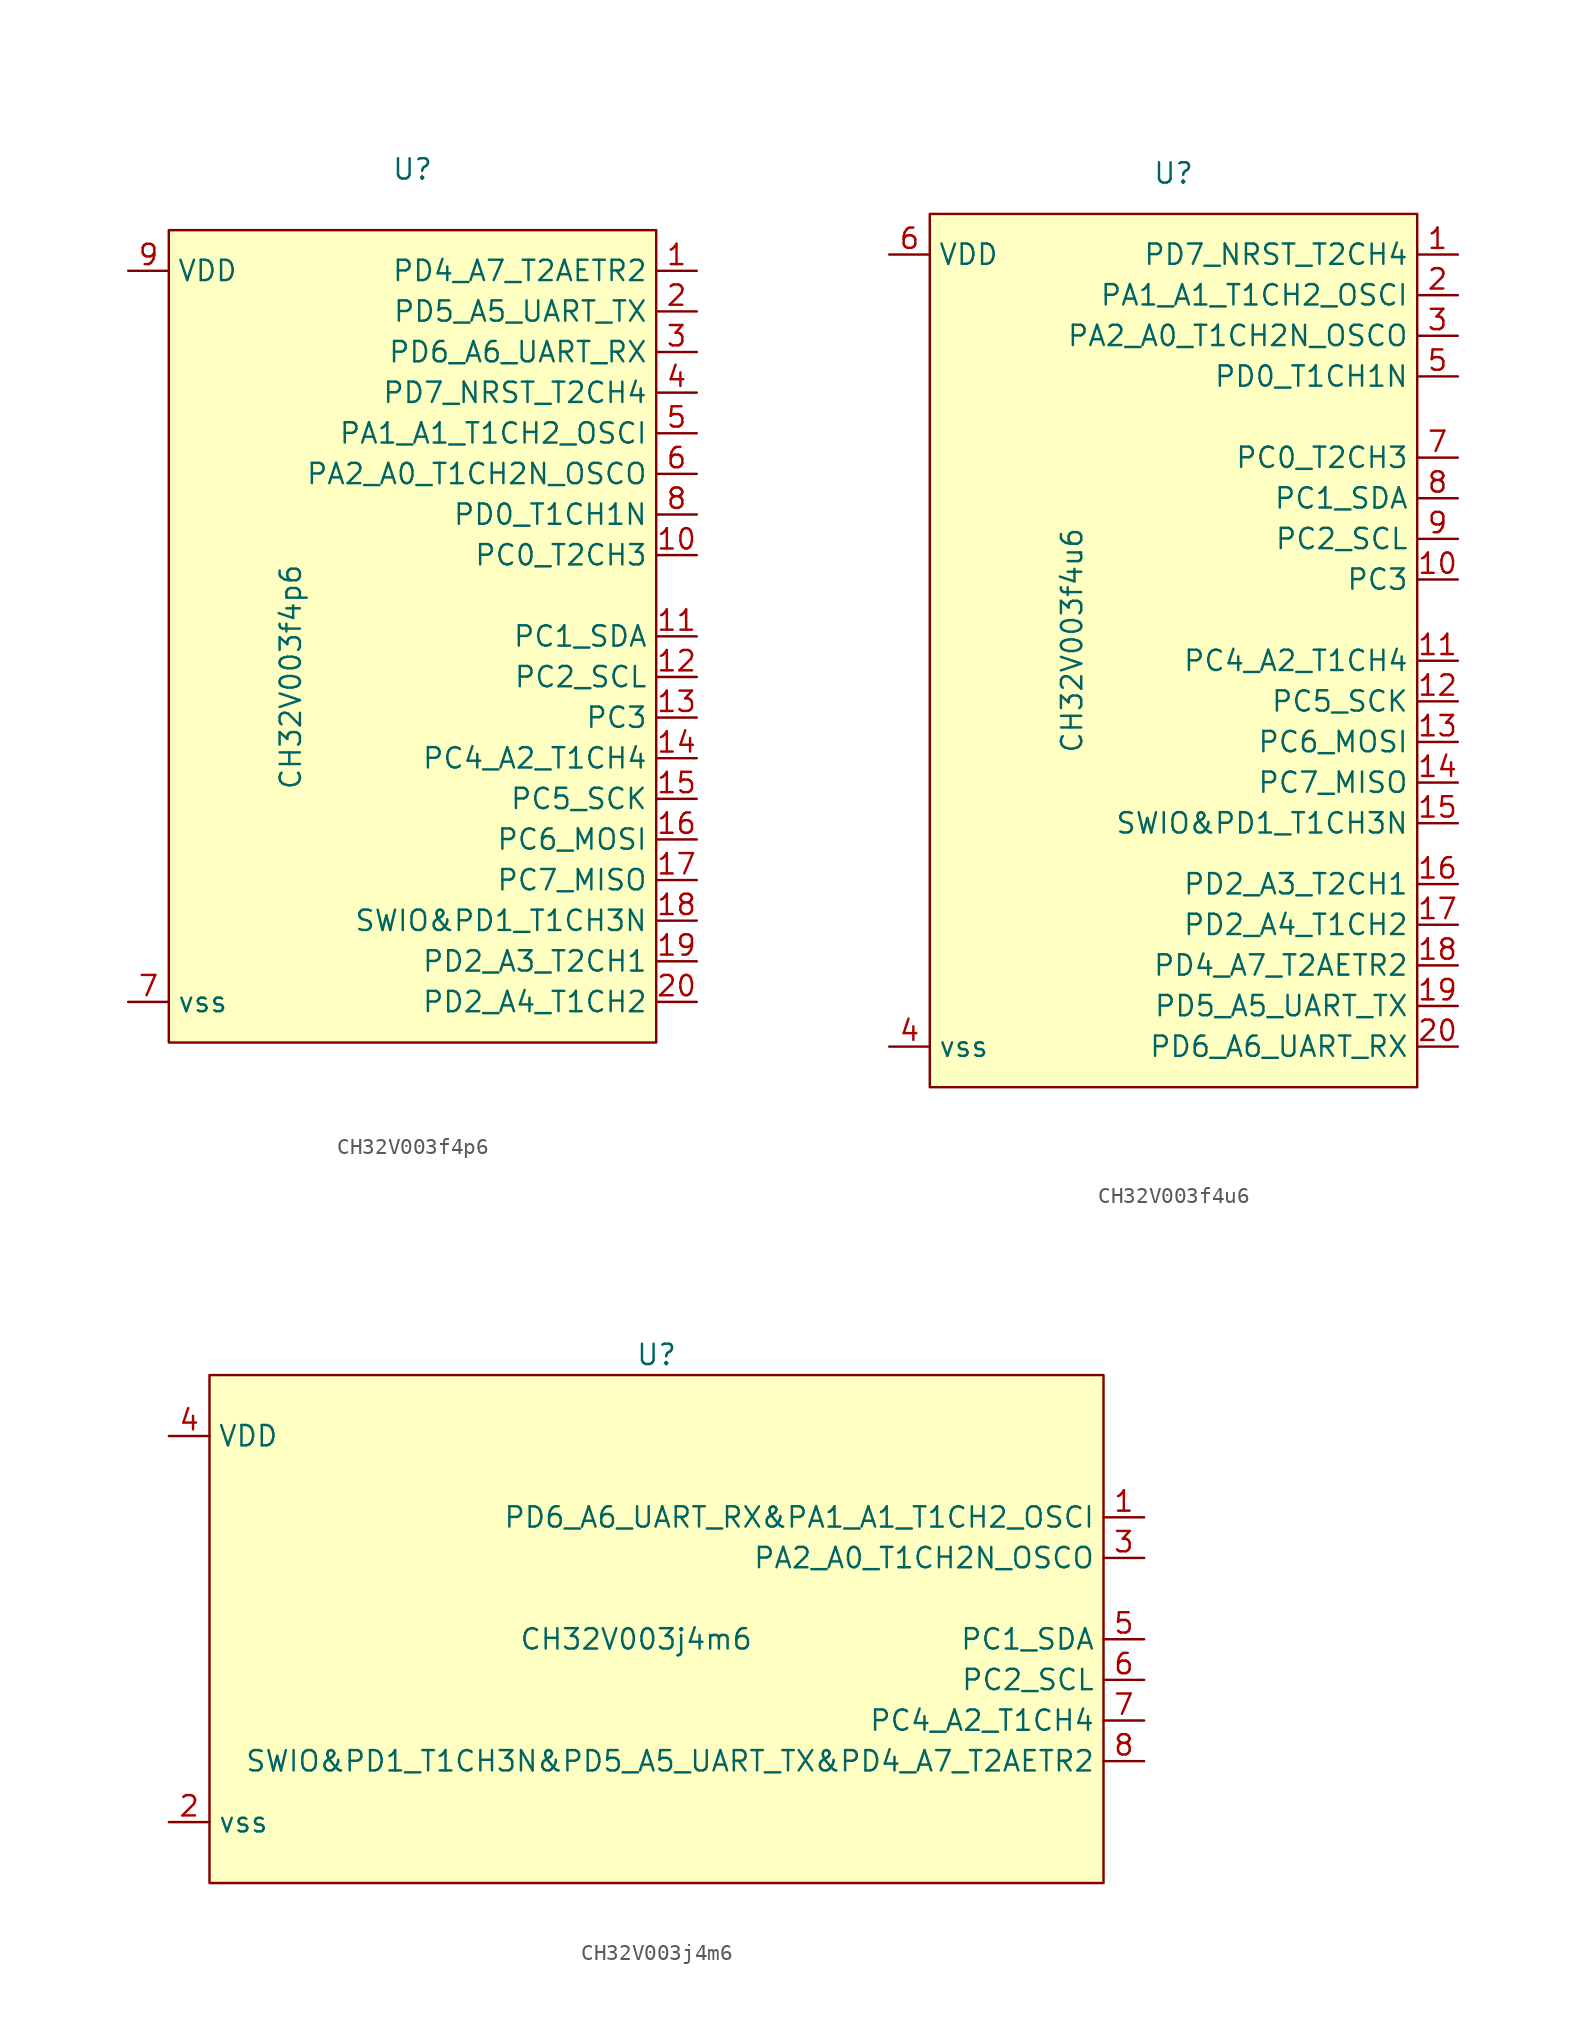
<source format=kicad_sym>
(kicad_symbol_lib
  (version 20220914)
  (generator kicad_symbol_editor)
  (symbol "CH32V003f4p6"
    (property "Reference" "U"
      (at 0 31.75 0)
      (effects (font (size 1.27 1.27))))
    (property "Value" "CH32V003f4p6"
      (at -7.62 0 90)
      (effects (font (size 1.27 1.27))))
    (symbol "CH32V003f4p6_1_1"
      (rectangle (start -15.24 27.94) (end 15.24 -22.86) (stroke (width 0) (type default)) (fill (type background)))
      (pin bidirectional line (at 17.78 25.4 180) (length 2.54) (name "PD4_A7_T2AETR2" (effects (font (size 1.27 1.27)))) (number "1" (effects (font (size 1.27 1.27)))))
      (pin bidirectional line (at 17.78 7.62 180) (length 2.54) (name "PC0_T2CH3" (effects (font (size 1.27 1.27)))) (number "10" (effects (font (size 1.27 1.27)))))
      (pin bidirectional line (at 17.78 2.54 180) (length 2.54) (name "PC1_SDA" (effects (font (size 1.27 1.27)))) (number "11" (effects (font (size 1.27 1.27)))))
      (pin bidirectional line (at 17.78 0 180) (length 2.54) (name "PC2_SCL" (effects (font (size 1.27 1.27)))) (number "12" (effects (font (size 1.27 1.27)))))
      (pin bidirectional line (at 17.78 -2.54 180) (length 2.54) (name "PC3" (effects (font (size 1.27 1.27)))) (number "13" (effects (font (size 1.27 1.27)))))
      (pin bidirectional line (at 17.78 -5.08 180) (length 2.54) (name "PC4_A2_T1CH4" (effects (font (size 1.27 1.27)))) (number "14" (effects (font (size 1.27 1.27)))))
      (pin bidirectional line (at 17.78 -7.62 180) (length 2.54) (name "PC5_SCK" (effects (font (size 1.27 1.27)))) (number "15" (effects (font (size 1.27 1.27)))))
      (pin bidirectional line (at 17.78 -10.16 180) (length 2.54) (name "PC6_MOSI" (effects (font (size 1.27 1.27)))) (number "16" (effects (font (size 1.27 1.27)))))
      (pin bidirectional line (at 17.78 -12.7 180) (length 2.54) (name "PC7_MISO" (effects (font (size 1.27 1.27)))) (number "17" (effects (font (size 1.27 1.27)))))
      (pin bidirectional line (at 17.78 -15.24 180) (length 2.54) (name "SWIO&PD1_T1CH3N" (effects (font (size 1.27 1.27)))) (number "18" (effects (font (size 1.27 1.27)))))
      (pin bidirectional line (at 17.78 -17.78 180) (length 2.54) (name "PD2_A3_T2CH1" (effects (font (size 1.27 1.27)))) (number "19" (effects (font (size 1.27 1.27)))))
      (pin bidirectional line (at 17.78 22.86 180) (length 2.54) (name "PD5_A5_UART_TX" (effects (font (size 1.27 1.27)))) (number "2" (effects (font (size 1.27 1.27)))))
      (pin bidirectional line (at 17.78 -20.32 180) (length 2.54) (name "PD2_A4_T1CH2" (effects (font (size 1.27 1.27)))) (number "20" (effects (font (size 1.27 1.27)))))
      (pin bidirectional line (at 17.78 20.32 180) (length 2.54) (name "PD6_A6_UART_RX" (effects (font (size 1.27 1.27)))) (number "3" (effects (font (size 1.27 1.27)))))
      (pin bidirectional line (at 17.78 17.78 180) (length 2.54) (name "PD7_NRST_T2CH4" (effects (font (size 1.27 1.27)))) (number "4" (effects (font (size 1.27 1.27)))))
      (pin bidirectional line (at 17.78 15.24 180) (length 2.54) (name "PA1_A1_T1CH2_OSCI" (effects (font (size 1.27 1.27)))) (number "5" (effects (font (size 1.27 1.27)))))
      (pin bidirectional line (at 17.78 12.7 180) (length 2.54) (name "PA2_A0_T1CH2N_OSCO" (effects (font (size 1.27 1.27)))) (number "6" (effects (font (size 1.27 1.27)))))
      (pin power_in line (at -17.78 -20.32 0) (length 2.54) (name "vss" (effects (font (size 1.27 1.27)))) (number "7" (effects (font (size 1.27 1.27)))))
      (pin bidirectional line (at 17.78 10.16 180) (length 2.54) (name "PD0_T1CH1N" (effects (font (size 1.27 1.27)))) (number "8" (effects (font (size 1.27 1.27)))))
      (pin power_in line (at -17.78 25.4 0) (length 2.54) (name "VDD" (effects (font (size 1.27 1.27)))) (number "9" (effects (font (size 1.27 1.27)))))))
  (symbol "CH32V003f4u6"
    (property "Reference" "U"
      (at 0 30.48 0)
      (effects (font (size 1.27 1.27))))
    (property "Value" "CH32V003f4u6"
      (at -6.35 1.27 90)
      (effects (font (size 1.27 1.27))))
    (symbol "CH32V003f4u6_1_1"
      (rectangle (start -15.24 27.94) (end 15.24 -26.67) (stroke (width 0) (type default)) (fill (type background)))
      (pin bidirectional line (at 17.78 25.4 180) (length 2.54) (name "PD7_NRST_T2CH4" (effects (font (size 1.27 1.27)))) (number "1" (effects (font (size 1.27 1.27)))))
      (pin bidirectional line (at 17.78 5.08 180) (length 2.54) (name "PC3" (effects (font (size 1.27 1.27)))) (number "10" (effects (font (size 1.27 1.27)))))
      (pin bidirectional line (at 17.78 0 180) (length 2.54) (name "PC4_A2_T1CH4" (effects (font (size 1.27 1.27)))) (number "11" (effects (font (size 1.27 1.27)))))
      (pin bidirectional line (at 17.78 -2.54 180) (length 2.54) (name "PC5_SCK" (effects (font (size 1.27 1.27)))) (number "12" (effects (font (size 1.27 1.27)))))
      (pin bidirectional line (at 17.78 -5.08 180) (length 2.54) (name "PC6_MOSI" (effects (font (size 1.27 1.27)))) (number "13" (effects (font (size 1.27 1.27)))))
      (pin bidirectional line (at 17.78 -7.62 180) (length 2.54) (name "PC7_MISO" (effects (font (size 1.27 1.27)))) (number "14" (effects (font (size 1.27 1.27)))))
      (pin bidirectional line (at 17.78 -10.16 180) (length 2.54) (name "SWIO&PD1_T1CH3N" (effects (font (size 1.27 1.27)))) (number "15" (effects (font (size 1.27 1.27)))))
      (pin bidirectional line (at 17.78 -13.97 180) (length 2.54) (name "PD2_A3_T2CH1" (effects (font (size 1.27 1.27)))) (number "16" (effects (font (size 1.27 1.27)))))
      (pin bidirectional line (at 17.78 -16.51 180) (length 2.54) (name "PD2_A4_T1CH2" (effects (font (size 1.27 1.27)))) (number "17" (effects (font (size 1.27 1.27)))))
      (pin bidirectional line (at 17.78 -19.05 180) (length 2.54) (name "PD4_A7_T2AETR2" (effects (font (size 1.27 1.27)))) (number "18" (effects (font (size 1.27 1.27)))))
      (pin bidirectional line (at 17.78 -21.59 180) (length 2.54) (name "PD5_A5_UART_TX" (effects (font (size 1.27 1.27)))) (number "19" (effects (font (size 1.27 1.27)))))
      (pin bidirectional line (at 17.78 22.86 180) (length 2.54) (name "PA1_A1_T1CH2_OSCI" (effects (font (size 1.27 1.27)))) (number "2" (effects (font (size 1.27 1.27)))))
      (pin bidirectional line (at 17.78 -24.13 180) (length 2.54) (name "PD6_A6_UART_RX" (effects (font (size 1.27 1.27)))) (number "20" (effects (font (size 1.27 1.27)))))
      (pin bidirectional line (at 17.78 20.32 180) (length 2.54) (name "PA2_A0_T1CH2N_OSCO" (effects (font (size 1.27 1.27)))) (number "3" (effects (font (size 1.27 1.27)))))
      (pin power_in line (at -17.78 -24.13 0) (length 2.54) (name "vss" (effects (font (size 1.27 1.27)))) (number "4" (effects (font (size 1.27 1.27)))))
      (pin bidirectional line (at 17.78 17.78 180) (length 2.54) (name "PD0_T1CH1N" (effects (font (size 1.27 1.27)))) (number "5" (effects (font (size 1.27 1.27)))))
      (pin power_in line (at -17.78 25.4 0) (length 2.54) (name "VDD" (effects (font (size 1.27 1.27)))) (number "6" (effects (font (size 1.27 1.27)))))
      (pin bidirectional line (at 17.78 12.7 180) (length 2.54) (name "PC0_T2CH3" (effects (font (size 1.27 1.27)))) (number "7" (effects (font (size 1.27 1.27)))))
      (pin bidirectional line (at 17.78 10.16 180) (length 2.54) (name "PC1_SDA" (effects (font (size 1.27 1.27)))) (number "8" (effects (font (size 1.27 1.27)))))
      (pin bidirectional line (at 17.78 7.62 180) (length 2.54) (name "PC2_SCL" (effects (font (size 1.27 1.27)))) (number "9" (effects (font (size 1.27 1.27)))))))
  (symbol "CH32V003j4m6"
    (property "Reference" "U"
      (at 0 17.78 0)
      (effects (font (size 1.27 1.27))))
    (property "Value" "CH32V003j4m6"
      (at -1.27 0 0)
      (effects (font (size 1.27 1.27))))
    (symbol "CH32V003j4m6_1_1"
      (rectangle (start -27.94 16.51) (end 27.94 -15.24) (stroke (width 0) (type default)) (fill (type background)))
      (pin bidirectional line (at 30.48 7.62 180) (length 2.54) (name "PD6_A6_UART_RX&PA1_A1_T1CH2_OSCI" (effects (font (size 1.27 1.27)))) (number "1" (effects (font (size 1.27 1.27)))))
      (pin power_in line (at -30.48 -11.43 0) (length 2.54) (name "vss" (effects (font (size 1.27 1.27)))) (number "2" (effects (font (size 1.27 1.27)))))
      (pin bidirectional line (at 30.48 5.08 180) (length 2.54) (name "PA2_A0_T1CH2N_OSCO" (effects (font (size 1.27 1.27)))) (number "3" (effects (font (size 1.27 1.27)))))
      (pin power_in line (at -30.48 12.7 0) (length 2.54) (name "VDD" (effects (font (size 1.27 1.27)))) (number "4" (effects (font (size 1.27 1.27)))))
      (pin bidirectional line (at 30.48 0 180) (length 2.54) (name "PC1_SDA" (effects (font (size 1.27 1.27)))) (number "5" (effects (font (size 1.27 1.27)))))
      (pin bidirectional line (at 30.48 -2.54 180) (length 2.54) (name "PC2_SCL" (effects (font (size 1.27 1.27)))) (number "6" (effects (font (size 1.27 1.27)))))
      (pin bidirectional line (at 30.48 -5.08 180) (length 2.54) (name "PC4_A2_T1CH4" (effects (font (size 1.27 1.27)))) (number "7" (effects (font (size 1.27 1.27)))))
      (pin bidirectional line (at 30.48 -7.62 180) (length 2.54) (name "SWIO&PD1_T1CH3N&PD5_A5_UART_TX&PD4_A7_T2AETR2" (effects (font (size 1.27 1.27)))) (number "8" (effects (font (size 1.27 1.27))))))))
</source>
